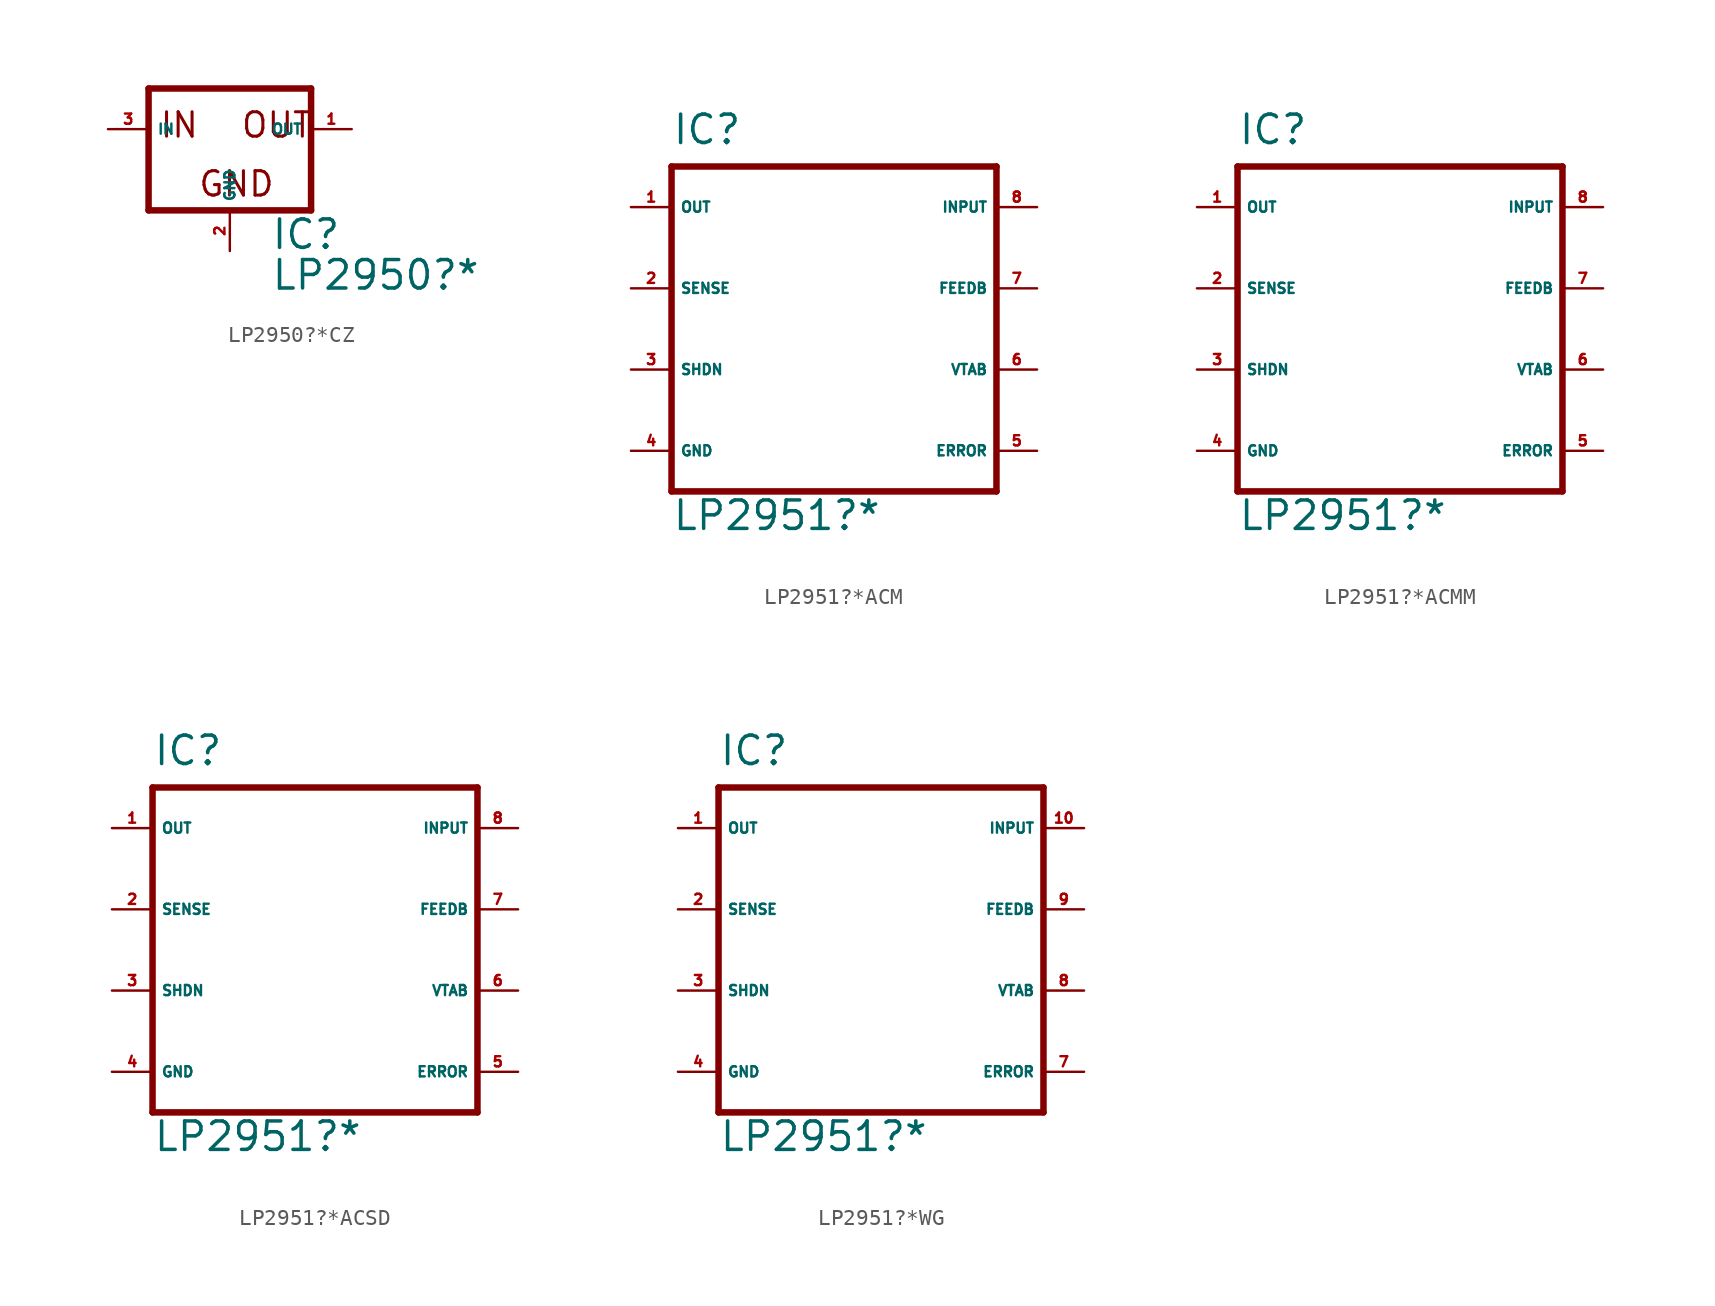
<source format=kicad_sym>
(kicad_symbol_lib
  (version 20220914)
  (generator Eagle2Kicad)
  (symbol "LP2950?*CZ"
    (property "Reference" "IC"
      (at 2.54 -7.62 0)
      (effects (font (size 1.778 1.778) (thickness 0.22)) (justify left bottom)))
    (property "Value" "LP2950?*"
      (at 2.54 -10.16 0)
      (effects (font (size 1.778 1.778) (thickness 0.22)) (justify left bottom)))
    (polyline
      (pts (xy -5.08 -5.08) (xy 5.08 -5.08))
      (stroke (width 0.406) (type default))
      (fill (type none)))
    (polyline
      (pts (xy 5.08 -5.08) (xy 5.08 2.54))
      (stroke (width 0.406) (type default))
      (fill (type none)))
    (polyline
      (pts (xy 5.08 2.54) (xy -5.08 2.54))
      (stroke (width 0.406) (type default))
      (fill (type none)))
    (polyline
      (pts (xy -5.08 2.54) (xy -5.08 -5.08))
      (stroke (width 0.406) (type default))
      (fill (type none)))
    (text "GND"
      (at -2.032 -4.318 0)
      (effects (font (size 1.524 1.524) (thickness 0.19)) (justify left bottom)))
    (text "IN"
      (at -4.445 -0.635 0)
      (effects (font (size 1.524 1.524) (thickness 0.19)) (justify left bottom)))
    (text "OUT"
      (at 0.635 -0.635 0)
      (effects (font (size 1.524 1.524) (thickness 0.19)) (justify left bottom)))
    (pin input line
      (at -7.62 0 0)
      (length 2.54)
      (name "IN" (effects (font (size 0.635 0.635) (thickness 0.08)) (justify left bottom)))
      (number "3" (effects (font (size 0.635 0.635) (thickness 0.08)) (justify left bottom))))
    (pin input line
      (at 0 -7.62 90)
      (length 2.54)
      (name "GND" (effects (font (size 0.635 0.635) (thickness 0.08)) (justify left bottom)))
      (number "2" (effects (font (size 0.635 0.635) (thickness 0.08)) (justify left bottom))))
    (pin passive line
      (at 7.62 0 180)
      (length 2.54)
      (name "OUT" (effects (font (size 0.635 0.635) (thickness 0.08)) (justify left bottom)))
      (number "1" (effects (font (size 0.635 0.635) (thickness 0.08)) (justify left bottom)))))
  (symbol "LP2951?*ACM"
    (property "Reference" "IC"
      (at -10.16 11.43 0)
      (effects (font (size 1.778 1.778) (thickness 0.22)) (justify left bottom)))
    (property "Value" "LP2951?*"
      (at -10.16 -12.7 0)
      (effects (font (size 1.778 1.778) (thickness 0.22)) (justify left bottom)))
    (polyline
      (pts (xy -10.16 10.16) (xy 10.16 10.16))
      (stroke (width 0.406) (type default))
      (fill (type none)))
    (polyline
      (pts (xy 10.16 10.16) (xy 10.16 -10.16))
      (stroke (width 0.406) (type default))
      (fill (type none)))
    (polyline
      (pts (xy 10.16 -10.16) (xy -10.16 -10.16))
      (stroke (width 0.406) (type default))
      (fill (type none)))
    (polyline
      (pts (xy -10.16 -10.16) (xy -10.16 10.16))
      (stroke (width 0.406) (type default))
      (fill (type none)))
    (pin input line
      (at 12.7 -2.54 180)
      (length 2.54)
      (name "VTAB" (effects (font (size 0.635 0.635) (thickness 0.08)) (justify left bottom)))
      (number "6" (effects (font (size 0.635 0.635) (thickness 0.08)) (justify left bottom))))
    (pin output line
      (at 12.7 2.54 180)
      (length 2.54)
      (name "FEEDB" (effects (font (size 0.635 0.635) (thickness 0.08)) (justify left bottom)))
      (number "7" (effects (font (size 0.635 0.635) (thickness 0.08)) (justify left bottom))))
    (pin input line
      (at -12.7 2.54 0)
      (length 2.54)
      (name "SENSE" (effects (font (size 0.635 0.635) (thickness 0.08)) (justify left bottom)))
      (number "2" (effects (font (size 0.635 0.635) (thickness 0.08)) (justify left bottom))))
    (pin input line
      (at -12.7 -2.54 0)
      (length 2.54)
      (name "SHDN" (effects (font (size 0.635 0.635) (thickness 0.08)) (justify left bottom)))
      (number "3" (effects (font (size 0.635 0.635) (thickness 0.08)) (justify left bottom))))
    (pin unspecified line
      (at -12.7 -7.62 0)
      (length 2.54)
      (name "GND" (effects (font (size 0.635 0.635) (thickness 0.08)) (justify left bottom)))
      (number "4" (effects (font (size 0.635 0.635) (thickness 0.08)) (justify left bottom))))
    (pin output line
      (at -12.7 7.62 0)
      (length 2.54)
      (name "OUT" (effects (font (size 0.635 0.635) (thickness 0.08)) (justify left bottom)))
      (number "1" (effects (font (size 0.635 0.635) (thickness 0.08)) (justify left bottom))))
    (pin output line
      (at 12.7 -7.62 180)
      (length 2.54)
      (name "ERROR" (effects (font (size 0.635 0.635) (thickness 0.08)) (justify left bottom)))
      (number "5" (effects (font (size 0.635 0.635) (thickness 0.08)) (justify left bottom))))
    (pin passive line
      (at 12.7 7.62 180)
      (length 2.54)
      (name "INPUT" (effects (font (size 0.635 0.635) (thickness 0.08)) (justify left bottom)))
      (number "8" (effects (font (size 0.635 0.635) (thickness 0.08)) (justify left bottom)))))
  (symbol "LP2951?*ACMM"
    (property "Reference" "IC"
      (at -10.16 11.43 0)
      (effects (font (size 1.778 1.778) (thickness 0.22)) (justify left bottom)))
    (property "Value" "LP2951?*"
      (at -10.16 -12.7 0)
      (effects (font (size 1.778 1.778) (thickness 0.22)) (justify left bottom)))
    (polyline
      (pts (xy -10.16 10.16) (xy 10.16 10.16))
      (stroke (width 0.406) (type default))
      (fill (type none)))
    (polyline
      (pts (xy 10.16 10.16) (xy 10.16 -10.16))
      (stroke (width 0.406) (type default))
      (fill (type none)))
    (polyline
      (pts (xy 10.16 -10.16) (xy -10.16 -10.16))
      (stroke (width 0.406) (type default))
      (fill (type none)))
    (polyline
      (pts (xy -10.16 -10.16) (xy -10.16 10.16))
      (stroke (width 0.406) (type default))
      (fill (type none)))
    (pin input line
      (at 12.7 -2.54 180)
      (length 2.54)
      (name "VTAB" (effects (font (size 0.635 0.635) (thickness 0.08)) (justify left bottom)))
      (number "6" (effects (font (size 0.635 0.635) (thickness 0.08)) (justify left bottom))))
    (pin output line
      (at 12.7 2.54 180)
      (length 2.54)
      (name "FEEDB" (effects (font (size 0.635 0.635) (thickness 0.08)) (justify left bottom)))
      (number "7" (effects (font (size 0.635 0.635) (thickness 0.08)) (justify left bottom))))
    (pin input line
      (at -12.7 2.54 0)
      (length 2.54)
      (name "SENSE" (effects (font (size 0.635 0.635) (thickness 0.08)) (justify left bottom)))
      (number "2" (effects (font (size 0.635 0.635) (thickness 0.08)) (justify left bottom))))
    (pin input line
      (at -12.7 -2.54 0)
      (length 2.54)
      (name "SHDN" (effects (font (size 0.635 0.635) (thickness 0.08)) (justify left bottom)))
      (number "3" (effects (font (size 0.635 0.635) (thickness 0.08)) (justify left bottom))))
    (pin unspecified line
      (at -12.7 -7.62 0)
      (length 2.54)
      (name "GND" (effects (font (size 0.635 0.635) (thickness 0.08)) (justify left bottom)))
      (number "4" (effects (font (size 0.635 0.635) (thickness 0.08)) (justify left bottom))))
    (pin output line
      (at -12.7 7.62 0)
      (length 2.54)
      (name "OUT" (effects (font (size 0.635 0.635) (thickness 0.08)) (justify left bottom)))
      (number "1" (effects (font (size 0.635 0.635) (thickness 0.08)) (justify left bottom))))
    (pin output line
      (at 12.7 -7.62 180)
      (length 2.54)
      (name "ERROR" (effects (font (size 0.635 0.635) (thickness 0.08)) (justify left bottom)))
      (number "5" (effects (font (size 0.635 0.635) (thickness 0.08)) (justify left bottom))))
    (pin passive line
      (at 12.7 7.62 180)
      (length 2.54)
      (name "INPUT" (effects (font (size 0.635 0.635) (thickness 0.08)) (justify left bottom)))
      (number "8" (effects (font (size 0.635 0.635) (thickness 0.08)) (justify left bottom)))))
  (symbol "LP2951?*ACSD"
    (property "Reference" "IC"
      (at -10.16 11.43 0)
      (effects (font (size 1.778 1.778) (thickness 0.22)) (justify left bottom)))
    (property "Value" "LP2951?*"
      (at -10.16 -12.7 0)
      (effects (font (size 1.778 1.778) (thickness 0.22)) (justify left bottom)))
    (polyline
      (pts (xy -10.16 10.16) (xy 10.16 10.16))
      (stroke (width 0.406) (type default))
      (fill (type none)))
    (polyline
      (pts (xy 10.16 10.16) (xy 10.16 -10.16))
      (stroke (width 0.406) (type default))
      (fill (type none)))
    (polyline
      (pts (xy 10.16 -10.16) (xy -10.16 -10.16))
      (stroke (width 0.406) (type default))
      (fill (type none)))
    (polyline
      (pts (xy -10.16 -10.16) (xy -10.16 10.16))
      (stroke (width 0.406) (type default))
      (fill (type none)))
    (pin input line
      (at 12.7 -2.54 180)
      (length 2.54)
      (name "VTAB" (effects (font (size 0.635 0.635) (thickness 0.08)) (justify left bottom)))
      (number "6" (effects (font (size 0.635 0.635) (thickness 0.08)) (justify left bottom))))
    (pin output line
      (at 12.7 2.54 180)
      (length 2.54)
      (name "FEEDB" (effects (font (size 0.635 0.635) (thickness 0.08)) (justify left bottom)))
      (number "7" (effects (font (size 0.635 0.635) (thickness 0.08)) (justify left bottom))))
    (pin input line
      (at -12.7 2.54 0)
      (length 2.54)
      (name "SENSE" (effects (font (size 0.635 0.635) (thickness 0.08)) (justify left bottom)))
      (number "2" (effects (font (size 0.635 0.635) (thickness 0.08)) (justify left bottom))))
    (pin input line
      (at -12.7 -2.54 0)
      (length 2.54)
      (name "SHDN" (effects (font (size 0.635 0.635) (thickness 0.08)) (justify left bottom)))
      (number "3" (effects (font (size 0.635 0.635) (thickness 0.08)) (justify left bottom))))
    (pin unspecified line
      (at -12.7 -7.62 0)
      (length 2.54)
      (name "GND" (effects (font (size 0.635 0.635) (thickness 0.08)) (justify left bottom)))
      (number "4" (effects (font (size 0.635 0.635) (thickness 0.08)) (justify left bottom))))
    (pin output line
      (at -12.7 7.62 0)
      (length 2.54)
      (name "OUT" (effects (font (size 0.635 0.635) (thickness 0.08)) (justify left bottom)))
      (number "1" (effects (font (size 0.635 0.635) (thickness 0.08)) (justify left bottom))))
    (pin output line
      (at 12.7 -7.62 180)
      (length 2.54)
      (name "ERROR" (effects (font (size 0.635 0.635) (thickness 0.08)) (justify left bottom)))
      (number "5" (effects (font (size 0.635 0.635) (thickness 0.08)) (justify left bottom))))
    (pin passive line
      (at 12.7 7.62 180)
      (length 2.54)
      (name "INPUT" (effects (font (size 0.635 0.635) (thickness 0.08)) (justify left bottom)))
      (number "8" (effects (font (size 0.635 0.635) (thickness 0.08)) (justify left bottom)))))
  (symbol "LP2951?*WG"
    (property "Reference" "IC"
      (at -10.16 11.43 0)
      (effects (font (size 1.778 1.778) (thickness 0.22)) (justify left bottom)))
    (property "Value" "LP2951?*"
      (at -10.16 -12.7 0)
      (effects (font (size 1.778 1.778) (thickness 0.22)) (justify left bottom)))
    (polyline
      (pts (xy -10.16 10.16) (xy 10.16 10.16))
      (stroke (width 0.406) (type default))
      (fill (type none)))
    (polyline
      (pts (xy 10.16 10.16) (xy 10.16 -10.16))
      (stroke (width 0.406) (type default))
      (fill (type none)))
    (polyline
      (pts (xy 10.16 -10.16) (xy -10.16 -10.16))
      (stroke (width 0.406) (type default))
      (fill (type none)))
    (polyline
      (pts (xy -10.16 -10.16) (xy -10.16 10.16))
      (stroke (width 0.406) (type default))
      (fill (type none)))
    (pin input line
      (at 12.7 -2.54 180)
      (length 2.54)
      (name "VTAB" (effects (font (size 0.635 0.635) (thickness 0.08)) (justify left bottom)))
      (number "8" (effects (font (size 0.635 0.635) (thickness 0.08)) (justify left bottom))))
    (pin output line
      (at 12.7 2.54 180)
      (length 2.54)
      (name "FEEDB" (effects (font (size 0.635 0.635) (thickness 0.08)) (justify left bottom)))
      (number "9" (effects (font (size 0.635 0.635) (thickness 0.08)) (justify left bottom))))
    (pin input line
      (at -12.7 2.54 0)
      (length 2.54)
      (name "SENSE" (effects (font (size 0.635 0.635) (thickness 0.08)) (justify left bottom)))
      (number "2" (effects (font (size 0.635 0.635) (thickness 0.08)) (justify left bottom))))
    (pin input line
      (at -12.7 -2.54 0)
      (length 2.54)
      (name "SHDN" (effects (font (size 0.635 0.635) (thickness 0.08)) (justify left bottom)))
      (number "3" (effects (font (size 0.635 0.635) (thickness 0.08)) (justify left bottom))))
    (pin unspecified line
      (at -12.7 -7.62 0)
      (length 2.54)
      (name "GND" (effects (font (size 0.635 0.635) (thickness 0.08)) (justify left bottom)))
      (number "4" (effects (font (size 0.635 0.635) (thickness 0.08)) (justify left bottom))))
    (pin output line
      (at -12.7 7.62 0)
      (length 2.54)
      (name "OUT" (effects (font (size 0.635 0.635) (thickness 0.08)) (justify left bottom)))
      (number "1" (effects (font (size 0.635 0.635) (thickness 0.08)) (justify left bottom))))
    (pin output line
      (at 12.7 -7.62 180)
      (length 2.54)
      (name "ERROR" (effects (font (size 0.635 0.635) (thickness 0.08)) (justify left bottom)))
      (number "7" (effects (font (size 0.635 0.635) (thickness 0.08)) (justify left bottom))))
    (pin passive line
      (at 12.7 7.62 180)
      (length 2.54)
      (name "INPUT" (effects (font (size 0.635 0.635) (thickness 0.08)) (justify left bottom)))
      (number "10" (effects (font (size 0.635 0.635) (thickness 0.08)) (justify left bottom))))))
</source>
